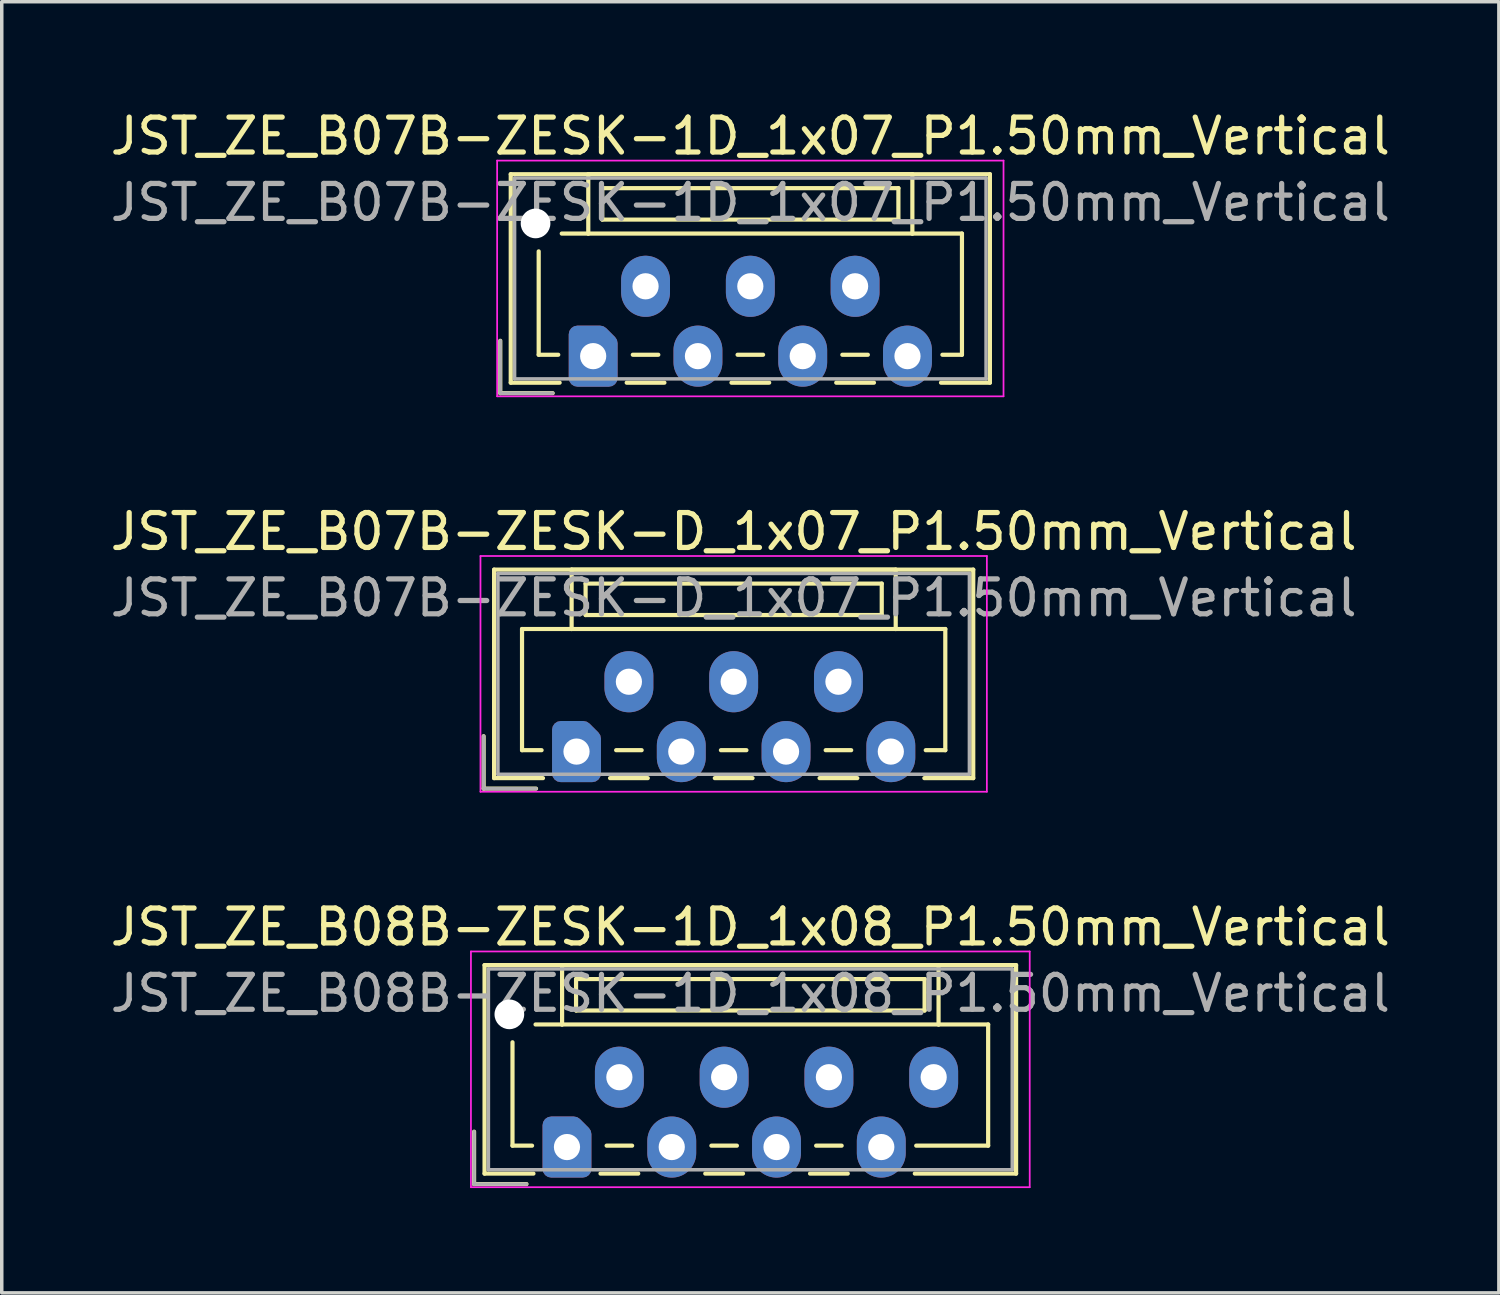
<source format=kicad_pcb>
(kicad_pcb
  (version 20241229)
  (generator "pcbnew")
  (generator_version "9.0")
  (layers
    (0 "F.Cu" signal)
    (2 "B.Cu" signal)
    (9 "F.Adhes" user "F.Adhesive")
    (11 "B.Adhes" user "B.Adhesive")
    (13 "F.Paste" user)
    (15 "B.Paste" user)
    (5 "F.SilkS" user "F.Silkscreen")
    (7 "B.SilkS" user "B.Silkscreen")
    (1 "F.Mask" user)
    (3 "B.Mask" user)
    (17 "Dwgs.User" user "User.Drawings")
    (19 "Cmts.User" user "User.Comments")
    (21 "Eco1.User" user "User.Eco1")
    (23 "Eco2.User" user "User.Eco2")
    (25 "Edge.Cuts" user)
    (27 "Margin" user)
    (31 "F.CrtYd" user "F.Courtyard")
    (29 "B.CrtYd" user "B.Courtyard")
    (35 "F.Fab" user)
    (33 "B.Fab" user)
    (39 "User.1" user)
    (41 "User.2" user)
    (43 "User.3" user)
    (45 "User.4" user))
  (footprint "JST_ZE_B08B-ZESK-1D_1x08_P1.50mm_Vertical"
    (layer "F.Cu")
    (at 13.185 29.795)
    (property "Reference" "JST_ZE_B08B-ZESK-1D_1x08_P1.50mm_Vertical" (at 5.25 -6.3 0) (layer "F.SilkS") (effects (font (size 1 1) (thickness 0.15))))
    (attr through_hole)
    (fp_line (start -2.66 -0.44) (end -2.66 1.06) (stroke (width 0.12) (type solid)) (layer "F.SilkS"))
    (fp_line (start -2.66 1.06) (end -1.16 1.06) (stroke (width 0.12) (type solid)) (layer "F.SilkS"))
    (fp_line (start -2.36 -5.21) (end 12.86 -5.21) (stroke (width 0.12) (type solid)) (layer "F.SilkS"))
    (fp_line (start -2.36 0.76) (end -2.36 -5.21) (stroke (width 0.12) (type solid)) (layer "F.SilkS"))
    (fp_line (start -1.56 -3) (end -1.56 -0.04) (stroke (width 0.12) (type solid)) (layer "F.SilkS"))
    (fp_line (start -1.56 -0.04) (end -1 -0.04) (stroke (width 0.12) (type solid)) (layer "F.SilkS"))
    (fp_line (start -0.96 0.76) (end -2.36 0.76) (stroke (width 0.12) (type solid)) (layer "F.SilkS"))
    (fp_line (start -0.14 -5.21) (end -0.14 -3.51) (stroke (width 0.12) (type solid)) (layer "F.SilkS"))
    (fp_line (start -0.14 -3.51) (end -0.9 -3.51) (stroke (width 0.12) (type solid)) (layer "F.SilkS"))
    (fp_line (start -0.14 -3.51) (end 10.64 -3.51) (stroke (width 0.12) (type solid)) (layer "F.SilkS"))
    (fp_line (start 0.26 -4.81) (end 0.26 -3.91) (stroke (width 0.12) (type solid)) (layer "F.SilkS"))
    (fp_line (start 0.26 -3.91) (end 10.24 -3.91) (stroke (width 0.12) (type solid)) (layer "F.SilkS"))
    (fp_line (start 0.96 0.76) (end 2.04 0.76) (stroke (width 0.12) (type solid)) (layer "F.SilkS"))
    (fp_line (start 1.135 -0.04) (end 1.865 -0.04) (stroke (width 0.12) (type solid)) (layer "F.SilkS"))
    (fp_line (start 3.96 0.76) (end 5.04 0.76) (stroke (width 0.12) (type solid)) (layer "F.SilkS"))
    (fp_line (start 4.135 -0.04) (end 4.865 -0.04) (stroke (width 0.12) (type solid)) (layer "F.SilkS"))
    (fp_line (start 6.96 0.76) (end 8.04 0.76) (stroke (width 0.12) (type solid)) (layer "F.SilkS"))
    (fp_line (start 7.135 -0.04) (end 7.865 -0.04) (stroke (width 0.12) (type solid)) (layer "F.SilkS"))
    (fp_line (start 10.24 -4.81) (end 0.26 -4.81) (stroke (width 0.12) (type solid)) (layer "F.SilkS"))
    (fp_line (start 10.24 -3.91) (end 10.24 -4.81) (stroke (width 0.12) (type solid)) (layer "F.SilkS"))
    (fp_line (start 10.64 -5.21) (end -0.14 -5.21) (stroke (width 0.12) (type solid)) (layer "F.SilkS"))
    (fp_line (start 10.64 -3.51) (end 10.64 -5.21) (stroke (width 0.12) (type solid)) (layer "F.SilkS"))
    (fp_line (start 10.64 -3.51) (end 12.06 -3.51) (stroke (width 0.12) (type solid)) (layer "F.SilkS"))
    (fp_line (start 12.06 -3.51) (end 12.06 -0.04) (stroke (width 0.12) (type solid)) (layer "F.SilkS"))
    (fp_line (start 12.06 -0.04) (end 10 -0.04) (stroke (width 0.12) (type solid)) (layer "F.SilkS"))
    (fp_line (start 12.86 -5.21) (end 12.86 0.76) (stroke (width 0.12) (type solid)) (layer "F.SilkS"))
    (fp_line (start 12.86 0.76) (end 9.96 0.76) (stroke (width 0.12) (type solid)) (layer "F.SilkS"))
    (fp_line (start -2.75 -5.6) (end -2.75 1.15) (stroke (width 0.05) (type solid)) (layer "F.CrtYd"))
    (fp_line (start -2.75 1.15) (end 13.25 1.15) (stroke (width 0.05) (type solid)) (layer "F.CrtYd"))
    (fp_line (start 13.25 -5.6) (end -2.75 -5.6) (stroke (width 0.05) (type solid)) (layer "F.CrtYd"))
    (fp_line (start 13.25 1.15) (end 13.25 -5.6) (stroke (width 0.05) (type solid)) (layer "F.CrtYd"))
    (fp_line (start -2.66 -0.44) (end -2.66 1.06) (stroke (width 0.1) (type solid)) (layer "F.Fab"))
    (fp_line (start -2.66 1.06) (end -1.16 1.06) (stroke (width 0.1) (type solid)) (layer "F.Fab"))
    (fp_line (start -2.25 -5.1) (end -2.25 0.65) (stroke (width 0.1) (type solid)) (layer "F.Fab"))
    (fp_line (start -2.25 0.65) (end 12.75 0.65) (stroke (width 0.1) (type solid)) (layer "F.Fab"))
    (fp_line (start 12.75 -5.1) (end -2.25 -5.1) (stroke (width 0.1) (type solid)) (layer "F.Fab"))
    (fp_line (start 12.75 0.65) (end 12.75 -5.1) (stroke (width 0.1) (type solid)) (layer "F.Fab"))
    (fp_text user "${REFERENCE}" (at 5.25 -4.4 0) (layer "F.Fab") (effects (font (size 1 1) (thickness 0.15))))
    (pad "" np_thru_hole circle (at -1.65 -3.8) (size 0.85 0.85) (drill 0.85) (layers "*.Cu" "*.Mask"))
    (pad "1" thru_hole custom (at 0 0) (size 1.117 1.117) (drill 0.75) (layers "*.Cu" "*.Mask") (options (anchor circle)) (primitives (gr_poly (pts (xy -0.45 -0.625) (xy 0.196 -0.625) (xy 0.45 -0.371) (xy 0.45 0.625) (xy -0.45 0.625)) (width 0.5) (fill yes))))
    (pad "2" thru_hole oval (at 1.5 -2) (size 1.4 1.75) (drill 0.75) (layers "*.Cu" "*.Mask"))
    (pad "3" thru_hole oval (at 3 0) (size 1.4 1.75) (drill 0.75) (layers "*.Cu" "*.Mask"))
    (pad "4" thru_hole oval (at 4.5 -2) (size 1.4 1.75) (drill 0.75) (layers "*.Cu" "*.Mask"))
    (pad "5" thru_hole oval (at 6 0) (size 1.4 1.75) (drill 0.75) (layers "*.Cu" "*.Mask"))
    (pad "6" thru_hole oval (at 7.5 -2) (size 1.4 1.75) (drill 0.75) (layers "*.Cu" "*.Mask"))
    (pad "7" thru_hole oval (at 9 0) (size 1.4 1.75) (drill 0.75) (layers "*.Cu" "*.Mask"))
    (pad "8" thru_hole oval (at 10.5 -2) (size 1.4 1.75) (drill 0.75) (layers "*.Cu" "*.Mask")))
  (footprint "JST_ZE_B07B-ZESK-1D_1x07_P1.50mm_Vertical"
    (layer "F.Cu")
    (at 13.935 7.148)
    (property "Reference" "JST_ZE_B07B-ZESK-1D_1x07_P1.50mm_Vertical" (at 4.5 -6.3 0) (layer "F.SilkS") (effects (font (size 1 1) (thickness 0.15))))
    (attr through_hole)
    (fp_line (start -2.66 -0.44) (end -2.66 1.06) (stroke (width 0.12) (type solid)) (layer "F.SilkS"))
    (fp_line (start -2.66 1.06) (end -1.16 1.06) (stroke (width 0.12) (type solid)) (layer "F.SilkS"))
    (fp_line (start -2.36 -5.21) (end 11.36 -5.21) (stroke (width 0.12) (type solid)) (layer "F.SilkS"))
    (fp_line (start -2.36 0.76) (end -2.36 -5.21) (stroke (width 0.12) (type solid)) (layer "F.SilkS"))
    (fp_line (start -1.56 -3) (end -1.56 -0.04) (stroke (width 0.12) (type solid)) (layer "F.SilkS"))
    (fp_line (start -1.56 -0.04) (end -1 -0.04) (stroke (width 0.12) (type solid)) (layer "F.SilkS"))
    (fp_line (start -0.96 0.76) (end -2.36 0.76) (stroke (width 0.12) (type solid)) (layer "F.SilkS"))
    (fp_line (start -0.14 -5.21) (end -0.14 -3.51) (stroke (width 0.12) (type solid)) (layer "F.SilkS"))
    (fp_line (start -0.14 -3.51) (end -0.9 -3.51) (stroke (width 0.12) (type solid)) (layer "F.SilkS"))
    (fp_line (start -0.14 -3.51) (end 9.14 -3.51) (stroke (width 0.12) (type solid)) (layer "F.SilkS"))
    (fp_line (start 0.26 -4.81) (end 0.26 -3.91) (stroke (width 0.12) (type solid)) (layer "F.SilkS"))
    (fp_line (start 0.26 -3.91) (end 8.74 -3.91) (stroke (width 0.12) (type solid)) (layer "F.SilkS"))
    (fp_line (start 0.96 0.76) (end 2.04 0.76) (stroke (width 0.12) (type solid)) (layer "F.SilkS"))
    (fp_line (start 1.135 -0.04) (end 1.865 -0.04) (stroke (width 0.12) (type solid)) (layer "F.SilkS"))
    (fp_line (start 3.96 0.76) (end 5.04 0.76) (stroke (width 0.12) (type solid)) (layer "F.SilkS"))
    (fp_line (start 4.135 -0.04) (end 4.865 -0.04) (stroke (width 0.12) (type solid)) (layer "F.SilkS"))
    (fp_line (start 6.96 0.76) (end 8.04 0.76) (stroke (width 0.12) (type solid)) (layer "F.SilkS"))
    (fp_line (start 7.135 -0.04) (end 7.865 -0.04) (stroke (width 0.12) (type solid)) (layer "F.SilkS"))
    (fp_line (start 8.74 -4.81) (end 0.26 -4.81) (stroke (width 0.12) (type solid)) (layer "F.SilkS"))
    (fp_line (start 8.74 -3.91) (end 8.74 -4.81) (stroke (width 0.12) (type solid)) (layer "F.SilkS"))
    (fp_line (start 9.14 -5.21) (end -0.14 -5.21) (stroke (width 0.12) (type solid)) (layer "F.SilkS"))
    (fp_line (start 9.14 -3.51) (end 9.14 -5.21) (stroke (width 0.12) (type solid)) (layer "F.SilkS"))
    (fp_line (start 9.14 -3.51) (end 10.56 -3.51) (stroke (width 0.12) (type solid)) (layer "F.SilkS"))
    (fp_line (start 10.56 -3.51) (end 10.56 -0.04) (stroke (width 0.12) (type solid)) (layer "F.SilkS"))
    (fp_line (start 10.56 -0.04) (end 10 -0.04) (stroke (width 0.12) (type solid)) (layer "F.SilkS"))
    (fp_line (start 11.36 -5.21) (end 11.36 0.76) (stroke (width 0.12) (type solid)) (layer "F.SilkS"))
    (fp_line (start 11.36 0.76) (end 9.96 0.76) (stroke (width 0.12) (type solid)) (layer "F.SilkS"))
    (fp_line (start -2.75 -5.6) (end -2.75 1.15) (stroke (width 0.05) (type solid)) (layer "F.CrtYd"))
    (fp_line (start -2.75 1.15) (end 11.75 1.15) (stroke (width 0.05) (type solid)) (layer "F.CrtYd"))
    (fp_line (start 11.75 -5.6) (end -2.75 -5.6) (stroke (width 0.05) (type solid)) (layer "F.CrtYd"))
    (fp_line (start 11.75 1.15) (end 11.75 -5.6) (stroke (width 0.05) (type solid)) (layer "F.CrtYd"))
    (fp_line (start -2.66 -0.44) (end -2.66 1.06) (stroke (width 0.1) (type solid)) (layer "F.Fab"))
    (fp_line (start -2.66 1.06) (end -1.16 1.06) (stroke (width 0.1) (type solid)) (layer "F.Fab"))
    (fp_line (start -2.25 -5.1) (end -2.25 0.65) (stroke (width 0.1) (type solid)) (layer "F.Fab"))
    (fp_line (start -2.25 0.65) (end 11.25 0.65) (stroke (width 0.1) (type solid)) (layer "F.Fab"))
    (fp_line (start 11.25 -5.1) (end -2.25 -5.1) (stroke (width 0.1) (type solid)) (layer "F.Fab"))
    (fp_line (start 11.25 0.65) (end 11.25 -5.1) (stroke (width 0.1) (type solid)) (layer "F.Fab"))
    (fp_text user "${REFERENCE}" (at 4.5 -4.4 0) (layer "F.Fab") (effects (font (size 1 1) (thickness 0.15))))
    (pad "" np_thru_hole circle (at -1.65 -3.8) (size 0.85 0.85) (drill 0.85) (layers "*.Cu" "*.Mask"))
    (pad "1" thru_hole custom (at 0 0) (size 1.117 1.117) (drill 0.75) (layers "*.Cu" "*.Mask") (options (anchor circle)) (primitives (gr_poly (pts (xy -0.45 -0.625) (xy 0.196 -0.625) (xy 0.45 -0.371) (xy 0.45 0.625) (xy -0.45 0.625)) (width 0.5) (fill yes))))
    (pad "2" thru_hole oval (at 1.5 -2) (size 1.4 1.75) (drill 0.75) (layers "*.Cu" "*.Mask"))
    (pad "3" thru_hole oval (at 3 0) (size 1.4 1.75) (drill 0.75) (layers "*.Cu" "*.Mask"))
    (pad "4" thru_hole oval (at 4.5 -2) (size 1.4 1.75) (drill 0.75) (layers "*.Cu" "*.Mask"))
    (pad "5" thru_hole oval (at 6 0) (size 1.4 1.75) (drill 0.75) (layers "*.Cu" "*.Mask"))
    (pad "6" thru_hole oval (at 7.5 -2) (size 1.4 1.75) (drill 0.75) (layers "*.Cu" "*.Mask"))
    (pad "7" thru_hole oval (at 9 0) (size 1.4 1.75) (drill 0.75) (layers "*.Cu" "*.Mask")))
  (footprint "JST_ZE_B07B-ZESK-D_1x07_P1.50mm_Vertical"
    (layer "F.Cu")
    (at 13.458 18.471)
    (property "Reference" "JST_ZE_B07B-ZESK-D_1x07_P1.50mm_Vertical" (at 4.5 -6.3 0) (layer "F.SilkS") (effects (font (size 1 1) (thickness 0.15))))
    (attr through_hole)
    (fp_line (start -2.66 -0.44) (end -2.66 1.06) (stroke (width 0.12) (type solid)) (layer "F.SilkS"))
    (fp_line (start -2.66 1.06) (end -1.16 1.06) (stroke (width 0.12) (type solid)) (layer "F.SilkS"))
    (fp_line (start -2.36 -5.21) (end 11.36 -5.21) (stroke (width 0.12) (type solid)) (layer "F.SilkS"))
    (fp_line (start -2.36 0.76) (end -2.36 -5.21) (stroke (width 0.12) (type solid)) (layer "F.SilkS"))
    (fp_line (start -1.56 -3.51) (end -1.56 -0.04) (stroke (width 0.12) (type solid)) (layer "F.SilkS"))
    (fp_line (start -1.56 -0.04) (end -1 -0.04) (stroke (width 0.12) (type solid)) (layer "F.SilkS"))
    (fp_line (start -0.96 0.76) (end -2.36 0.76) (stroke (width 0.12) (type solid)) (layer "F.SilkS"))
    (fp_line (start -0.14 -5.21) (end -0.14 -3.51) (stroke (width 0.12) (type solid)) (layer "F.SilkS"))
    (fp_line (start -0.14 -3.51) (end -1.56 -3.51) (stroke (width 0.12) (type solid)) (layer "F.SilkS"))
    (fp_line (start -0.14 -3.51) (end 9.14 -3.51) (stroke (width 0.12) (type solid)) (layer "F.SilkS"))
    (fp_line (start 0.26 -4.81) (end 0.26 -3.91) (stroke (width 0.12) (type solid)) (layer "F.SilkS"))
    (fp_line (start 0.26 -3.91) (end 8.74 -3.91) (stroke (width 0.12) (type solid)) (layer "F.SilkS"))
    (fp_line (start 0.96 0.76) (end 2.04 0.76) (stroke (width 0.12) (type solid)) (layer "F.SilkS"))
    (fp_line (start 1.135 -0.04) (end 1.865 -0.04) (stroke (width 0.12) (type solid)) (layer "F.SilkS"))
    (fp_line (start 3.96 0.76) (end 5.04 0.76) (stroke (width 0.12) (type solid)) (layer "F.SilkS"))
    (fp_line (start 4.135 -0.04) (end 4.865 -0.04) (stroke (width 0.12) (type solid)) (layer "F.SilkS"))
    (fp_line (start 6.96 0.76) (end 8.04 0.76) (stroke (width 0.12) (type solid)) (layer "F.SilkS"))
    (fp_line (start 7.135 -0.04) (end 7.865 -0.04) (stroke (width 0.12) (type solid)) (layer "F.SilkS"))
    (fp_line (start 8.74 -4.81) (end 0.26 -4.81) (stroke (width 0.12) (type solid)) (layer "F.SilkS"))
    (fp_line (start 8.74 -3.91) (end 8.74 -4.81) (stroke (width 0.12) (type solid)) (layer "F.SilkS"))
    (fp_line (start 9.14 -5.21) (end -0.14 -5.21) (stroke (width 0.12) (type solid)) (layer "F.SilkS"))
    (fp_line (start 9.14 -3.51) (end 9.14 -5.21) (stroke (width 0.12) (type solid)) (layer "F.SilkS"))
    (fp_line (start 9.14 -3.51) (end 10.56 -3.51) (stroke (width 0.12) (type solid)) (layer "F.SilkS"))
    (fp_line (start 10.56 -3.51) (end 10.56 -0.04) (stroke (width 0.12) (type solid)) (layer "F.SilkS"))
    (fp_line (start 10.56 -0.04) (end 10 -0.04) (stroke (width 0.12) (type solid)) (layer "F.SilkS"))
    (fp_line (start 11.36 -5.21) (end 11.36 0.76) (stroke (width 0.12) (type solid)) (layer "F.SilkS"))
    (fp_line (start 11.36 0.76) (end 9.96 0.76) (stroke (width 0.12) (type solid)) (layer "F.SilkS"))
    (fp_line (start -2.75 -5.6) (end -2.75 1.15) (stroke (width 0.05) (type solid)) (layer "F.CrtYd"))
    (fp_line (start -2.75 1.15) (end 11.75 1.15) (stroke (width 0.05) (type solid)) (layer "F.CrtYd"))
    (fp_line (start 11.75 -5.6) (end -2.75 -5.6) (stroke (width 0.05) (type solid)) (layer "F.CrtYd"))
    (fp_line (start 11.75 1.15) (end 11.75 -5.6) (stroke (width 0.05) (type solid)) (layer "F.CrtYd"))
    (fp_line (start -2.66 -0.44) (end -2.66 1.06) (stroke (width 0.1) (type solid)) (layer "F.Fab"))
    (fp_line (start -2.66 1.06) (end -1.16 1.06) (stroke (width 0.1) (type solid)) (layer "F.Fab"))
    (fp_line (start -2.25 -5.1) (end -2.25 0.65) (stroke (width 0.1) (type solid)) (layer "F.Fab"))
    (fp_line (start -2.25 0.65) (end 11.25 0.65) (stroke (width 0.1) (type solid)) (layer "F.Fab"))
    (fp_line (start 11.25 -5.1) (end -2.25 -5.1) (stroke (width 0.1) (type solid)) (layer "F.Fab"))
    (fp_line (start 11.25 0.65) (end 11.25 -5.1) (stroke (width 0.1) (type solid)) (layer "F.Fab"))
    (fp_text user "${REFERENCE}" (at 4.5 -4.4 0) (layer "F.Fab") (effects (font (size 1 1) (thickness 0.15))))
    (pad "1" thru_hole custom (at 0 0) (size 1.117 1.117) (drill 0.75) (layers "*.Cu" "*.Mask") (options (anchor circle)) (primitives (gr_poly (pts (xy -0.45 -0.625) (xy 0.196 -0.625) (xy 0.45 -0.371) (xy 0.45 0.625) (xy -0.45 0.625)) (width 0.5) (fill yes))))
    (pad "2" thru_hole oval (at 1.5 -2) (size 1.4 1.75) (drill 0.75) (layers "*.Cu" "*.Mask"))
    (pad "3" thru_hole oval (at 3 0) (size 1.4 1.75) (drill 0.75) (layers "*.Cu" "*.Mask"))
    (pad "4" thru_hole oval (at 4.5 -2) (size 1.4 1.75) (drill 0.75) (layers "*.Cu" "*.Mask"))
    (pad "5" thru_hole oval (at 6 0) (size 1.4 1.75) (drill 0.75) (layers "*.Cu" "*.Mask"))
    (pad "6" thru_hole oval (at 7.5 -2) (size 1.4 1.75) (drill 0.75) (layers "*.Cu" "*.Mask"))
    (pad "7" thru_hole oval (at 9 0) (size 1.4 1.75) (drill 0.75) (layers "*.Cu" "*.Mask")))
  (gr_rect
    (start -3 -3)
    (end 39.869 33.97)
    (stroke (width 0.1) (type default))
    (fill no)
    (layer "Edge.Cuts")))
</source>
